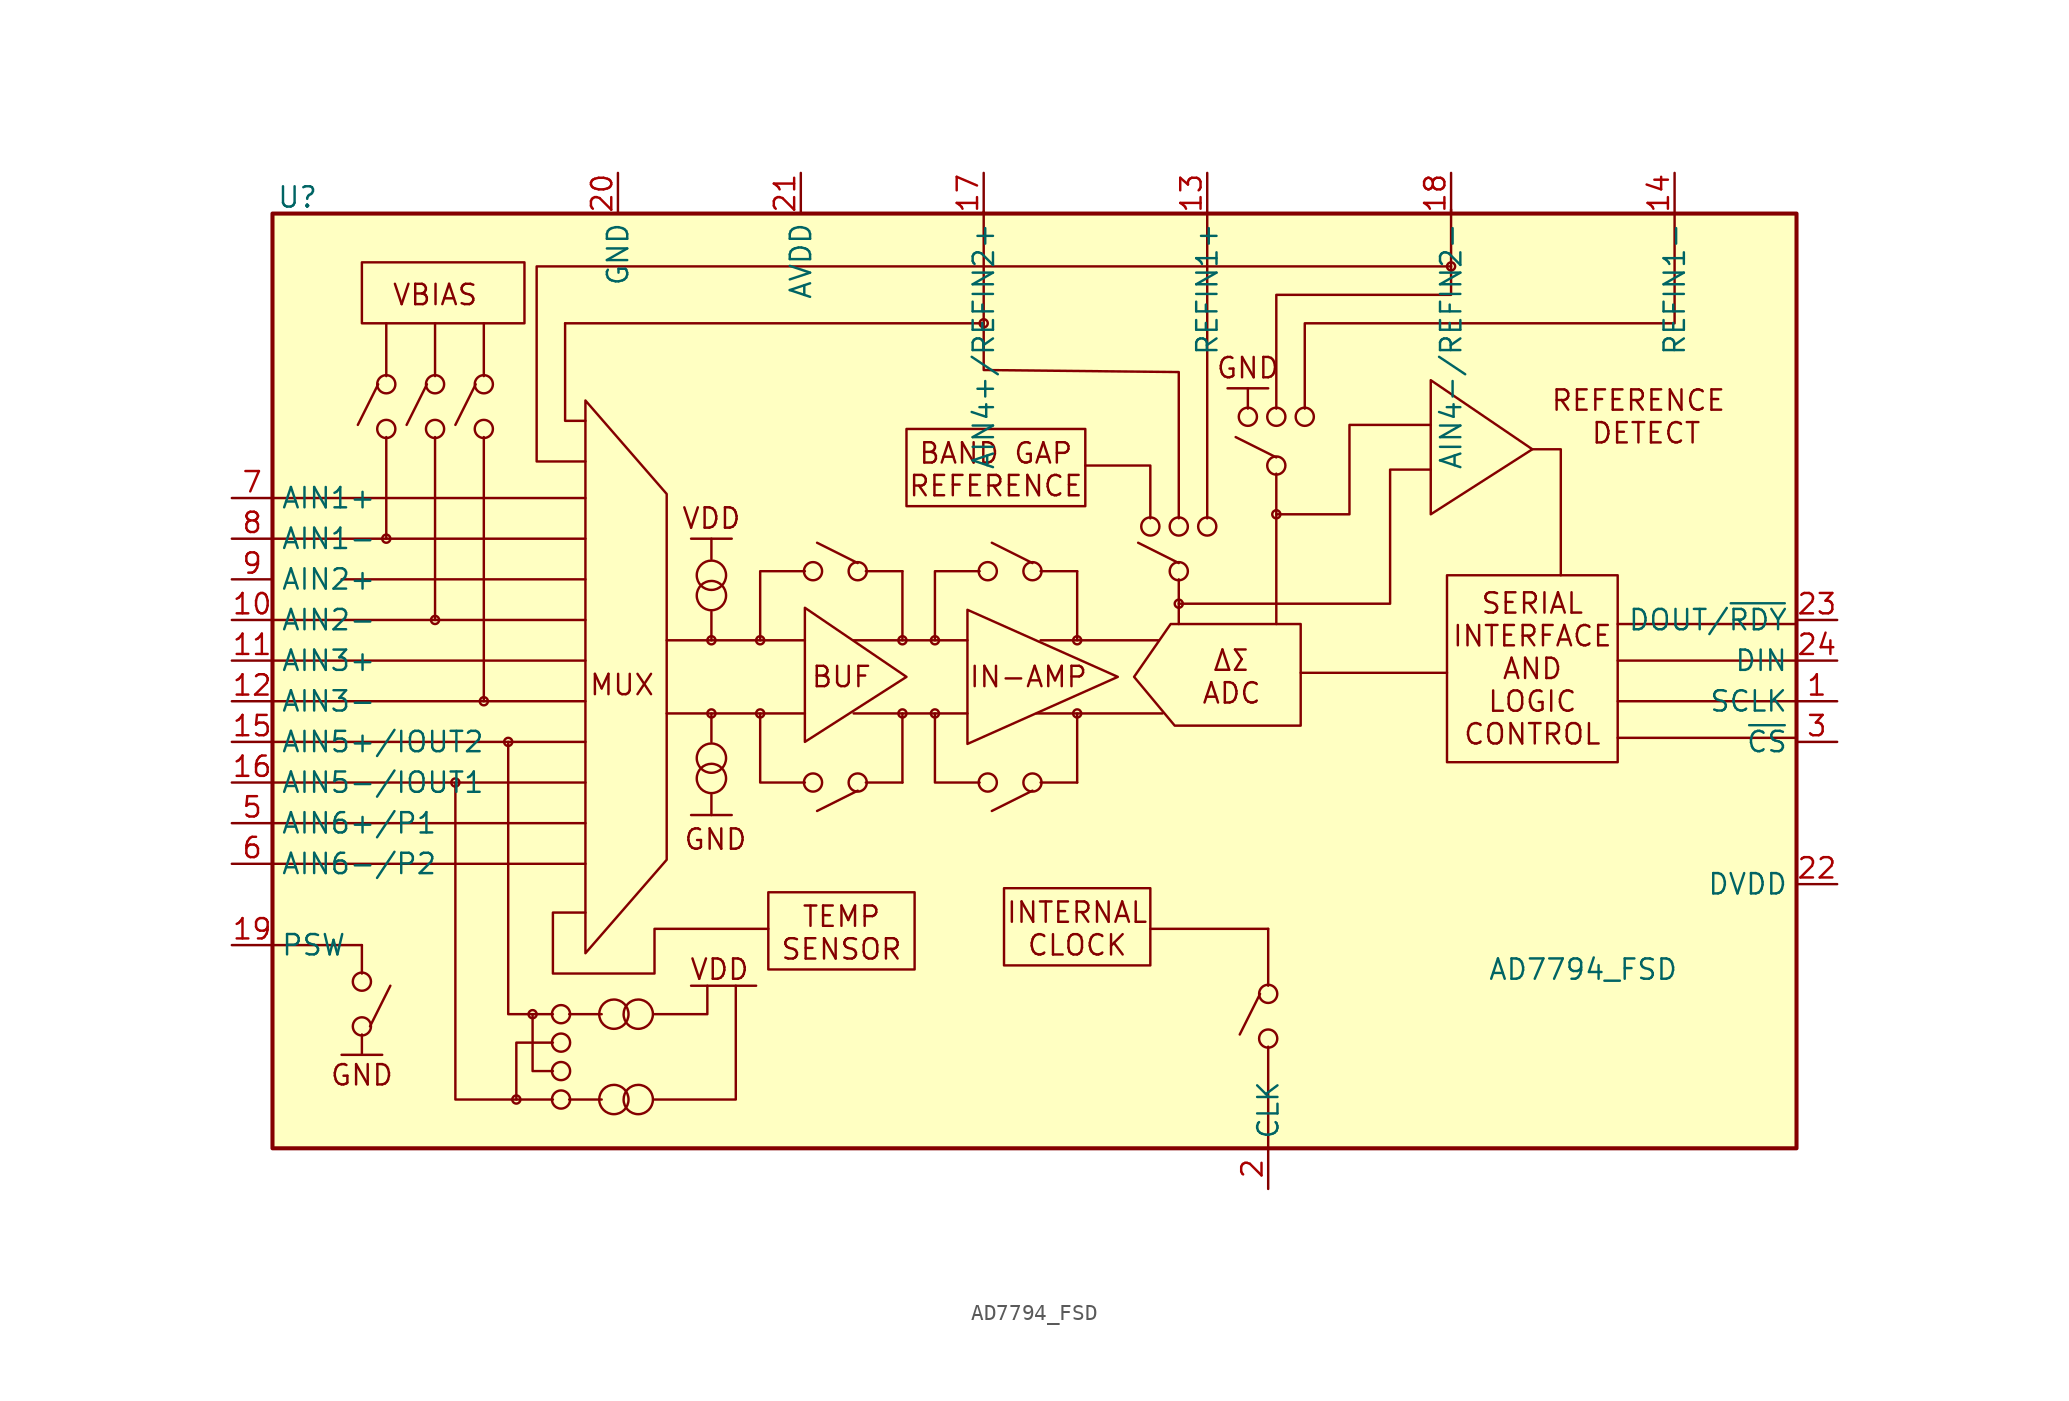
<source format=kicad_sym>
(kicad_symbol_lib
  (version 20241209)
  (generator "kicad_symbol_editor")
  (generator_version "9.0")
  (symbol "AD7794_FSD"
    (property "Reference" "U"
      (at -46.736 30.226 0)
      (effects (font (size 1.27 1.27)) (justify left)))
    (property "Value" "AD7794_FSD"
      (at 28.956 -18.034 0)
      (effects (font (size 1.27 1.27)) (justify left)))
    (symbol "AD7794_FSD_0_1"
      (rectangle (start -46.99 29.21) (end 48.26 -29.21) (stroke (width 0.254) (type default)) (fill (type background)))
      (polyline (pts (xy -46.99 8.89) (xy -27.432 8.89)) (stroke (width 0) (type default)) (fill (type none)))
      (polyline (pts (xy -46.99 3.81) (xy -27.432 3.81)) (stroke (width 0) (type default)) (fill (type none)))
      (polyline (pts (xy -46.99 1.27) (xy -27.432 1.27)) (stroke (width 0) (type default)) (fill (type none)))
      (polyline (pts (xy -46.99 -1.27) (xy -27.432 -1.27)) (stroke (width 0) (type default)) (fill (type none)))
      (polyline (pts (xy -46.99 -3.81) (xy -27.432 -3.81)) (stroke (width 0) (type default)) (fill (type none)))
      (polyline (pts (xy -46.99 -6.35) (xy -27.432 -6.35)) (stroke (width 0) (type default)) (fill (type none)))
      (polyline (pts (xy -46.99 -8.89) (xy -27.432 -8.89)) (stroke (width 0) (type default)) (fill (type none)))
      (polyline (pts (xy -46.99 -11.43) (xy -27.432 -11.43)) (stroke (width 0) (type default)) (fill (type none)))
      (polyline (pts (xy -46.99 -16.51) (xy -41.402 -16.51)) (stroke (width 0) (type default)) (fill (type none)))
      (polyline (pts (xy -42.672 6.35) (xy -27.432 6.35)) (stroke (width 0) (type default)) (fill (type none)))
      (rectangle (start -41.402 26.162) (end -31.242 22.352) (stroke (width 0) (type default)) (fill (type none)))
      (polyline (pts (xy -41.402 -16.51) (xy -41.402 -18.034) (xy -41.402 -18.288)) (stroke (width 0) (type default)) (fill (type none)))
      (polyline (pts (xy -29.464 -20.828) (xy -32.258 -20.828) (xy -32.258 -3.81)) (stroke (width 0) (type default)) (fill (type none)))
      (polyline (pts (xy -29.464 -22.606) (xy -31.75 -22.606) (xy -31.75 -26.162)) (stroke (width 0) (type default)) (fill (type none)))
      (polyline (pts (xy -29.464 -24.384) (xy -30.734 -24.384) (xy -30.734 -20.828)) (stroke (width 0) (type default)) (fill (type none)))
      (polyline (pts (xy -29.464 -26.162) (xy -35.56 -26.162) (xy -35.56 -6.35)) (stroke (width 0) (type default)) (fill (type none)))
      (polyline (pts (xy -28.702 22.352) (xy -28.702 16.256) (xy -27.432 16.256)) (stroke (width 0) (type default)) (fill (type none)))
      (polyline (pts (xy -28.448 -20.828) (xy -26.416 -20.828)) (stroke (width 0) (type default)) (fill (type none)))
      (polyline (pts (xy -28.448 -26.162) (xy -26.416 -26.162)) (stroke (width 0) (type default)) (fill (type none)))
      (polyline (pts (xy -27.432 17.526) (xy -27.432 -17.018) (xy -22.352 -11.176) (xy -22.352 11.684) (xy -27.432 17.526)) (stroke (width 0) (type default)) (fill (type none)))
      (polyline (pts (xy -27.432 13.716) (xy -30.48 13.716) (xy -30.48 25.908) (xy 26.67 25.908)) (stroke (width 0) (type default)) (fill (type none)))
      (polyline (pts (xy -27.432 -14.478) (xy -29.464 -14.478) (xy -29.464 -18.288) (xy -23.114 -18.288) (xy -23.114 -15.494) (xy -16.002 -15.494)) (stroke (width 0) (type default)) (fill (type none)))
      (circle (center -25.654 -20.828) (radius 0.916) (stroke (width 0) (type default)) (fill (type none)))
      (circle (center -25.654 -26.162) (radius 0.916) (stroke (width 0) (type default)) (fill (type none)))
      (circle (center -24.13 -20.828) (radius 0.916) (stroke (width 0) (type default)) (fill (type none)))
      (circle (center -24.13 -26.162) (radius 0.916) (stroke (width 0) (type default)) (fill (type none)))
      (polyline (pts (xy -23.114 -20.828) (xy -19.812 -20.828) (xy -19.812 -19.05)) (stroke (width 0) (type default)) (fill (type none)))
      (polyline (pts (xy -23.114 -26.162) (xy -18.034 -26.162) (xy -18.034 -19.05)) (stroke (width 0) (type default)) (fill (type none)))
      (polyline (pts (xy -20.828 -19.05) (xy -17.018 -19.05) (xy -16.764 -19.05) (xy -17.018 -19.05)) (stroke (width 0) (type default)) (fill (type none)))
      (rectangle (start -16.002 -13.208) (end -6.858 -18.034) (stroke (width 0) (type default)) (fill (type none)))
      (rectangle (start -7.366 15.748) (end 3.81 10.922) (stroke (width 0) (type default)) (fill (type none)))
      (polyline (pts (xy -2.54 29.337) (xy -2.54 19.431) (xy 9.652 19.304) (xy 9.652 10.16)) (stroke (width 0) (type default)) (fill (type none)))
      (polyline (pts (xy -2.54 22.352) (xy -28.448 22.352) (xy -28.702 22.352)) (stroke (width 0) (type default)) (fill (type none)))
      (rectangle (start -1.27 -12.954) (end 7.874 -17.78) (stroke (width 0) (type default)) (fill (type none)))
      (polyline (pts (xy 3.81 13.462) (xy 7.874 13.462) (xy 7.874 10.16)) (stroke (width 0) (type default)) (fill (type none)))
      (polyline (pts (xy 7.874 -15.494) (xy 15.24 -15.494)) (stroke (width 0) (type default)) (fill (type none)))
      (polyline (pts (xy 9.652 6.35) (xy 9.652 3.556)) (stroke (width 0) (type default)) (fill (type none)))
      (polyline (pts (xy 11.43 10.16) (xy 11.43 29.21)) (stroke (width 0) (type default)) (fill (type none)))
      (polyline (pts (xy 15.748 17.018) (xy 15.748 24.13) (xy 26.67 24.13) (xy 26.67 29.464)) (stroke (width 0) (type default)) (fill (type none)))
      (polyline (pts (xy 15.748 12.954) (xy 15.748 3.556)) (stroke (width 0) (type default)) (fill (type none)))
      (polyline (pts (xy 17.272 0.508) (xy 26.416 0.508)) (stroke (width 0) (type default)) (fill (type none)))
      (polyline (pts (xy 17.526 17.018) (xy 17.526 21.336) (xy 17.526 22.352) (xy 40.64 22.352) (xy 40.64 29.21)) (stroke (width 0) (type default)) (fill (type none)))
      (polyline (pts (xy 25.4 16.002) (xy 20.32 16.002) (xy 20.32 10.414) (xy 15.748 10.414)) (stroke (width 0) (type default)) (fill (type none)))
      (polyline (pts (xy 25.4 13.208) (xy 22.86 13.208) (xy 22.86 4.826) (xy 9.652 4.826)) (stroke (width 0) (type default)) (fill (type none)))
      (polyline (pts (xy 31.75 14.478) (xy 33.528 14.478) (xy 33.528 6.604)) (stroke (width 0) (type default)) (fill (type none)))
      (polyline (pts (xy 48.26 3.556) (xy 37.084 3.556)) (stroke (width 0) (type default)) (fill (type none)))
      (polyline (pts (xy 48.26 1.27) (xy 37.084 1.27)) (stroke (width 0) (type default)) (fill (type none)))
      (polyline (pts (xy 48.26 -1.27) (xy 37.084 -1.27)) (stroke (width 0) (type default)) (fill (type none)))
      (polyline (pts (xy 48.26 -3.556) (xy 37.084 -3.556)) (stroke (width 0) (type default)) (fill (type none))))
    (symbol "AD7794_FSD_1_1"
      (polyline (pts (xy -46.99 11.43) (xy -27.432 11.43)) (stroke (width 0) (type solid)) (fill (type none)))
      (polyline (pts (xy -42.672 -23.368) (xy -40.132 -23.368)) (stroke (width 0) (type default)) (fill (type none)))
      (circle (center -41.402 -18.796) (radius 0.568) (stroke (width 0) (type default)) (fill (type none)))
      (circle (center -41.402 -21.59) (radius 0.568) (stroke (width 0) (type default)) (fill (type none)))
      (polyline (pts (xy -41.402 -23.368) (xy -41.402 -22.098)) (stroke (width 0) (type default)) (fill (type none)))
      (polyline (pts (xy -40.894 -21.59) (xy -39.624 -19.05)) (stroke (width 0) (type default)) (fill (type none)))
      (polyline (pts (xy -40.386 18.542) (xy -41.656 16.002)) (stroke (width 0) (type default)) (fill (type none)))
      (polyline (pts (xy -39.878 19.05) (xy -39.878 22.352)) (stroke (width 0) (type default)) (fill (type none)))
      (circle (center -39.878 18.542) (radius 0.568) (stroke (width 0) (type default)) (fill (type none)))
      (circle (center -39.878 15.748) (radius 0.568) (stroke (width 0) (type default)) (fill (type none)))
      (polyline (pts (xy -39.878 15.24) (xy -39.878 8.89)) (stroke (width 0) (type default)) (fill (type none)))
      (circle (center -39.878 8.89) (radius 0.254) (stroke (width 0) (type default)) (fill (type none)))
      (polyline (pts (xy -37.338 18.542) (xy -38.608 16.002)) (stroke (width 0) (type default)) (fill (type none)))
      (polyline (pts (xy -36.83 19.05) (xy -36.83 22.352)) (stroke (width 0) (type default)) (fill (type none)))
      (circle (center -36.83 18.542) (radius 0.568) (stroke (width 0) (type default)) (fill (type none)))
      (circle (center -36.83 15.748) (radius 0.568) (stroke (width 0) (type default)) (fill (type none)))
      (polyline (pts (xy -36.83 15.24) (xy -36.83 3.81)) (stroke (width 0) (type default)) (fill (type none)))
      (circle (center -36.83 3.81) (radius 0.254) (stroke (width 0) (type default)) (fill (type none)))
      (circle (center -35.56 -6.35) (radius 0.254) (stroke (width 0) (type default)) (fill (type none)))
      (polyline (pts (xy -34.29 18.542) (xy -35.56 16.002)) (stroke (width 0) (type default)) (fill (type none)))
      (polyline (pts (xy -33.782 19.05) (xy -33.782 22.352)) (stroke (width 0) (type default)) (fill (type none)))
      (circle (center -33.782 18.542) (radius 0.568) (stroke (width 0) (type default)) (fill (type none)))
      (circle (center -33.782 15.748) (radius 0.568) (stroke (width 0) (type default)) (fill (type none)))
      (polyline (pts (xy -33.782 15.24) (xy -33.782 -1.27)) (stroke (width 0) (type default)) (fill (type none)))
      (circle (center -33.782 -1.27) (radius 0.254) (stroke (width 0) (type default)) (fill (type none)))
      (circle (center -32.258 -3.81) (radius 0.254) (stroke (width 0) (type default)) (fill (type none)))
      (circle (center -31.75 -26.162) (radius 0.254) (stroke (width 0) (type default)) (fill (type none)))
      (circle (center -30.734 -20.828) (radius 0.254) (stroke (width 0) (type default)) (fill (type none)))
      (circle (center -28.956 -20.828) (radius 0.568) (stroke (width 0) (type default)) (fill (type none)))
      (circle (center -28.956 -22.606) (radius 0.568) (stroke (width 0) (type default)) (fill (type none)))
      (circle (center -28.956 -24.384) (radius 0.568) (stroke (width 0) (type default)) (fill (type none)))
      (circle (center -28.956 -26.162) (radius 0.568) (stroke (width 0) (type default)) (fill (type none)))
      (polyline (pts (xy -22.352 2.54) (xy -13.716 2.54) (xy -13.97 2.54) (xy -13.716 2.54)) (stroke (width 0) (type default)) (fill (type none)))
      (polyline (pts (xy -22.352 -2.032) (xy -13.716 -2.032) (xy -13.97 -2.032) (xy -13.716 -2.032)) (stroke (width 0) (type default)) (fill (type none)))
      (polyline (pts (xy -20.828 8.89) (xy -18.288 8.89)) (stroke (width 0) (type default)) (fill (type none)))
      (polyline (pts (xy -20.828 -8.382) (xy -18.288 -8.382)) (stroke (width 0) (type default)) (fill (type none)))
      (polyline (pts (xy -19.558 8.89) (xy -19.558 7.62)) (stroke (width 0) (type default)) (fill (type none)))
      (circle (center -19.558 6.604) (radius 0.916) (stroke (width 0) (type default)) (fill (type none)))
      (circle (center -19.558 5.334) (radius 0.916) (stroke (width 0) (type default)) (fill (type none)))
      (polyline (pts (xy -19.558 4.318) (xy -19.558 2.54)) (stroke (width 0) (type default)) (fill (type none)))
      (circle (center -19.558 2.54) (radius 0.254) (stroke (width 0) (type default)) (fill (type none)))
      (circle (center -19.558 -2.032) (radius 0.254) (stroke (width 0) (type default)) (fill (type none)))
      (polyline (pts (xy -19.558 -3.81) (xy -19.558 -2.032)) (stroke (width 0) (type default)) (fill (type none)))
      (circle (center -19.558 -4.826) (radius 0.916) (stroke (width 0) (type default)) (fill (type none)))
      (circle (center -19.558 -6.096) (radius 0.916) (stroke (width 0) (type default)) (fill (type none)))
      (polyline (pts (xy -19.558 -8.382) (xy -19.558 -7.112)) (stroke (width 0) (type default)) (fill (type none)))
      (circle (center -16.51 2.54) (radius 0.254) (stroke (width 0) (type default)) (fill (type none)))
      (circle (center -16.51 -2.032) (radius 0.254) (stroke (width 0) (type default)) (fill (type none)))
      (polyline (pts (xy -13.716 6.858) (xy -16.51 6.858) (xy -16.51 2.54)) (stroke (width 0) (type default)) (fill (type none)))
      (polyline (pts (xy -13.716 -6.35) (xy -16.51 -6.35) (xy -16.51 -2.032)) (stroke (width 0) (type default)) (fill (type none)))
      (circle (center -13.208 6.858) (radius 0.568) (stroke (width 0) (type default)) (fill (type none)))
      (circle (center -13.208 -6.35) (radius 0.568) (stroke (width 0) (type default)) (fill (type none)))
      (polyline (pts (xy -10.668 2.54) (xy -3.556 2.54)) (stroke (width 0) (type default)) (fill (type none)))
      (polyline (pts (xy -10.668 -2.032) (xy -3.556 -2.032)) (stroke (width 0) (type default)) (fill (type none)))
      (polyline (pts (xy -10.414 7.366) (xy -12.954 8.636)) (stroke (width 0) (type default)) (fill (type none)))
      (circle (center -10.414 6.858) (radius 0.568) (stroke (width 0) (type default)) (fill (type none)))
      (circle (center -10.414 -6.35) (radius 0.568) (stroke (width 0) (type default)) (fill (type none)))
      (polyline (pts (xy -10.414 -6.858) (xy -12.954 -8.128)) (stroke (width 0) (type default)) (fill (type none)))
      (polyline (pts (xy -9.906 6.858) (xy -7.62 6.858)) (stroke (width 0) (type default)) (fill (type none)))
      (polyline (pts (xy -9.906 -6.35) (xy -7.62 -6.35)) (stroke (width 0) (type default)) (fill (type none)))
      (polyline (pts (xy -7.62 6.858) (xy -7.62 2.54)) (stroke (width 0) (type default)) (fill (type none)))
      (circle (center -7.62 2.54) (radius 0.254) (stroke (width 0) (type default)) (fill (type none)))
      (circle (center -7.62 -2.032) (radius 0.254) (stroke (width 0) (type default)) (fill (type none)))
      (polyline (pts (xy -7.62 -6.35) (xy -7.62 -2.032)) (stroke (width 0) (type default)) (fill (type none)))
      (polyline (pts (xy -7.366 0.254) (xy -13.716 4.572) (xy -13.716 -3.81) (xy -7.366 0.254)) (stroke (width 0) (type default)) (fill (type none)))
      (circle (center -5.588 2.54) (radius 0.254) (stroke (width 0) (type default)) (fill (type none)))
      (circle (center -5.588 -2.032) (radius 0.254) (stroke (width 0) (type default)) (fill (type none)))
      (polyline (pts (xy -2.794 6.858) (xy -5.588 6.858) (xy -5.588 2.54)) (stroke (width 0) (type default)) (fill (type none)))
      (polyline (pts (xy -2.794 -6.35) (xy -5.588 -6.35) (xy -5.588 -2.032)) (stroke (width 0) (type default)) (fill (type none)))
      (circle (center -2.54 22.352) (radius 0.254) (stroke (width 0) (type default)) (fill (type none)))
      (circle (center -2.286 6.858) (radius 0.568) (stroke (width 0) (type default)) (fill (type none)))
      (circle (center -2.286 -6.35) (radius 0.568) (stroke (width 0) (type default)) (fill (type none)))
      (polyline (pts (xy 0.508 7.366) (xy -2.032 8.636)) (stroke (width 0) (type default)) (fill (type none)))
      (circle (center 0.508 6.858) (radius 0.568) (stroke (width 0) (type default)) (fill (type none)))
      (circle (center 0.508 -6.35) (radius 0.568) (stroke (width 0) (type default)) (fill (type none)))
      (polyline (pts (xy 0.508 -6.858) (xy -2.032 -8.128)) (stroke (width 0) (type default)) (fill (type none)))
      (polyline (pts (xy 0.762 -2.032) (xy 8.636 -2.032) (xy 8.382 -2.032) (xy 8.636 -2.032)) (stroke (width 0) (type default)) (fill (type none)))
      (polyline (pts (xy 1.016 6.858) (xy 3.302 6.858)) (stroke (width 0) (type default)) (fill (type none)))
      (polyline (pts (xy 1.016 2.54) (xy 8.382 2.54)) (stroke (width 0) (type default)) (fill (type none)))
      (polyline (pts (xy 1.016 -6.35) (xy 3.302 -6.35)) (stroke (width 0) (type default)) (fill (type none)))
      (polyline (pts (xy 3.302 6.858) (xy 3.302 2.54)) (stroke (width 0) (type default)) (fill (type none)))
      (circle (center 3.302 2.54) (radius 0.254) (stroke (width 0) (type default)) (fill (type none)))
      (circle (center 3.302 -2.032) (radius 0.254) (stroke (width 0) (type default)) (fill (type none)))
      (polyline (pts (xy 3.302 -6.35) (xy 3.302 -2.032)) (stroke (width 0) (type default)) (fill (type none)))
      (polyline (pts (xy 5.842 0.254) (xy -3.556 4.445) (xy -3.556 -3.937) (xy 5.842 0.254)) (stroke (width 0) (type default)) (fill (type none)))
      (polyline (pts (xy 6.858 0.254) (xy 9.144 3.556) (xy 17.272 3.556) (xy 17.272 -2.794) (xy 9.398 -2.794) (xy 6.858 0.254)) (stroke (width 0) (type default)) (fill (type none)))
      (circle (center 7.874 9.652) (radius 0.568) (stroke (width 0) (type default)) (fill (type none)))
      (circle (center 9.652 9.652) (radius 0.568) (stroke (width 0) (type default)) (fill (type none)))
      (polyline (pts (xy 9.652 7.366) (xy 7.112 8.636)) (stroke (width 0) (type default)) (fill (type none)))
      (circle (center 9.652 6.858) (radius 0.568) (stroke (width 0) (type default)) (fill (type none)))
      (circle (center 9.652 4.826) (radius 0.254) (stroke (width 0) (type default)) (fill (type none)))
      (circle (center 11.43 9.652) (radius 0.568) (stroke (width 0) (type default)) (fill (type none)))
      (polyline (pts (xy 12.7 18.288) (xy 15.24 18.288)) (stroke (width 0) (type default)) (fill (type none)))
      (polyline (pts (xy 13.97 18.288) (xy 13.97 17.018)) (stroke (width 0) (type default)) (fill (type none)))
      (circle (center 13.97 16.51) (radius 0.568) (stroke (width 0) (type default)) (fill (type none)))
      (polyline (pts (xy 14.732 -19.558) (xy 13.462 -22.098)) (stroke (width 0) (type default)) (fill (type none)))
      (polyline (pts (xy 15.24 -19.05) (xy 15.24 -15.494)) (stroke (width 0) (type default)) (fill (type none)))
      (circle (center 15.24 -19.558) (radius 0.568) (stroke (width 0) (type default)) (fill (type none)))
      (circle (center 15.24 -22.352) (radius 0.568) (stroke (width 0) (type default)) (fill (type none)))
      (polyline (pts (xy 15.24 -22.86) (xy 15.24 -29.21)) (stroke (width 0) (type default)) (fill (type none)))
      (circle (center 15.748 16.51) (radius 0.568) (stroke (width 0) (type default)) (fill (type none)))
      (polyline (pts (xy 15.748 13.97) (xy 13.208 15.24)) (stroke (width 0) (type default)) (fill (type none)))
      (circle (center 15.748 13.462) (radius 0.568) (stroke (width 0) (type default)) (fill (type none)))
      (circle (center 15.748 10.414) (radius 0.254) (stroke (width 0) (type default)) (fill (type none)))
      (circle (center 17.526 16.51) (radius 0.568) (stroke (width 0) (type default)) (fill (type none)))
      (rectangle (start 26.416 6.604) (end 37.084 -5.08) (stroke (width 0) (type default)) (fill (type none)))
      (circle (center 26.67 25.908) (radius 0.254) (stroke (width 0) (type default)) (fill (type none)))
      (polyline (pts (xy 31.75 14.478) (xy 25.4 18.796) (xy 25.4 10.414) (xy 31.75 14.478)) (stroke (width 0) (type default)) (fill (type none)))
      (text "GND" (at -41.402 -24.638 0) (effects (font (size 1.27 1.27))))
      (text "VBIAS" (at -36.83 24.13 0) (effects (font (size 1.27 1.27))))
      (text "MUX\n\n" (at -25.146 -1.27 0) (effects (font (size 1.27 1.27))))
      (text "VDD" (at -19.558 10.16 0) (effects (font (size 1.27 1.27))))
      (text "GND" (at -19.304 -9.906 0) (effects (font (size 1.27 1.27))))
      (text "VDD" (at -19.05 -18.034 0) (effects (font (size 1.27 1.27))))
      (text "BUF" (at -11.43 0.254 0) (effects (font (size 1.27 1.27))))
      (text "TEMP\nSENSOR\n" (at -11.43 -15.748 0) (effects (font (size 1.27 1.27))))
      (text "BAND GAP\nREFERENCE" (at -1.778 13.208 0) (effects (font (size 1.27 1.27))))
      (text "IN-AMP\n" (at 0.254 0.254 0) (effects (font (size 1.27 1.27))))
      (text "INTERNAL\nCLOCK" (at 3.302 -15.494 0) (effects (font (size 1.27 1.27))))
      (text "ΔΣ\nADC\n" (at 12.954 0.254 0) (effects (font (size 1.27 1.27))))
      (text "GND" (at 13.97 19.558 0) (effects (font (size 1.27 1.27))))
      (text "SERIAL\nINTERFACE\nAND\nLOGIC\nCONTROL" (at 31.75 0.762 0) (effects (font (size 1.27 1.27))))
      (text "REFERENCE \nDETECT" (at 38.862 16.51 0) (effects (font (size 1.27 1.27))))
      (pin input line (at -49.53 11.43 0) (length 2.54) (name "AIN1+" (effects (font (size 1.27 1.27)))) (number "7" (effects (font (size 1.27 1.27)))))
      (pin input line (at -49.53 8.89 0) (length 2.54) (name "AIN1-" (effects (font (size 1.27 1.27)))) (number "8" (effects (font (size 1.27 1.27)))))
      (pin input line (at -49.53 6.35 0) (length 2.54) (name "AIN2+" (effects (font (size 1.27 1.27)))) (number "9" (effects (font (size 1.27 1.27)))))
      (pin input line (at -49.53 3.81 0) (length 2.54) (name "AIN2-" (effects (font (size 1.27 1.27)))) (number "10" (effects (font (size 1.27 1.27)))))
      (pin input line (at -49.53 1.27 0) (length 2.54) (name "AIN3+" (effects (font (size 1.27 1.27)))) (number "11" (effects (font (size 1.27 1.27)))))
      (pin input line (at -49.53 -1.27 0) (length 2.54) (name "AIN3-" (effects (font (size 1.27 1.27)))) (number "12" (effects (font (size 1.27 1.27)))))
      (pin input line (at -49.53 -3.81 0) (length 2.54) (name "AIN5+/IOUT2" (effects (font (size 1.27 1.27)))) (number "15" (effects (font (size 1.27 1.27)))))
      (pin input line (at -49.53 -6.35 0) (length 2.54) (name "AIN5-/IOUT1" (effects (font (size 1.27 1.27)))) (number "16" (effects (font (size 1.27 1.27)))))
      (pin input line (at -49.53 -8.89 0) (length 2.54) (name "AIN6+/P1" (effects (font (size 1.27 1.27)))) (number "5" (effects (font (size 1.27 1.27)))))
      (pin input line (at -49.53 -11.43 0) (length 2.54) (name "AIN6-/P2" (effects (font (size 1.27 1.27)))) (number "6" (effects (font (size 1.27 1.27)))))
      (pin passive line (at -49.53 -16.51 0) (length 2.54) (name "PSW" (effects (font (size 1.27 1.27)))) (number "19" (effects (font (size 1.27 1.27)))))
      (pin power_in line (at -25.4 31.75 270) (length 2.54) (name "GND" (effects (font (size 1.27 1.27)))) (number "20" (effects (font (size 1.27 1.27)))))
      (pin power_in line (at -13.97 31.75 270) (length 2.54) (name "AVDD" (effects (font (size 1.27 1.27)))) (number "21" (effects (font (size 1.27 1.27)))))
      (pin input line (at -2.54 31.75 270) (length 2.54) (name "AIN4+/REFIN2+" (effects (font (size 1.27 1.27)))) (number "17" (effects (font (size 1.27 1.27)))))
      (pin input line (at 11.43 31.75 270) (length 2.54) (name "REFIN1+" (effects (font (size 1.27 1.27)))) (number "13" (effects (font (size 1.27 1.27)))))
      (pin bidirectional line (at 15.24 -31.75 90) (length 2.54) (name "CLK" (effects (font (size 1.27 1.27)))) (number "2" (effects (font (size 1.27 1.27)))))
      (pin input line (at 26.67 31.75 270) (length 2.54) (name "AIN4-/REFIN2-" (effects (font (size 1.27 1.27)))) (number "18" (effects (font (size 1.27 1.27)))))
      (pin input line (at 40.64 31.75 270) (length 2.54) (name "REFIN1-" (effects (font (size 1.27 1.27)))) (number "14" (effects (font (size 1.27 1.27)))))
      (pin output line (at 50.8 3.81 180) (length 2.54) (name "DOUT/~{RDY}" (effects (font (size 1.27 1.27)))) (number "23" (effects (font (size 1.27 1.27)))))
      (pin input line (at 50.8 1.27 180) (length 2.54) (name "DIN" (effects (font (size 1.27 1.27)))) (number "24" (effects (font (size 1.27 1.27)))))
      (pin input line (at 50.8 -1.27 180) (length 2.54) (name "SCLK" (effects (font (size 1.27 1.27)))) (number "1" (effects (font (size 1.27 1.27)))))
      (pin input line (at 50.8 -3.81 180) (length 2.54) (name "~{CS}" (effects (font (size 1.27 1.27)))) (number "3" (effects (font (size 1.27 1.27)))))
      (pin power_in line (at 50.8 -12.7 180) (length 2.54) (name "DVDD" (effects (font (size 1.27 1.27)))) (number "22" (effects (font (size 1.27 1.27)))))
      (pin no_connect line (at 50.8 -24.13 180) (length 2.54) (hide yes) (name "NC" (effects (font (size 1.27 1.27)))) (number "4" (effects (font (size 1.27 1.27))))))))
</source>
